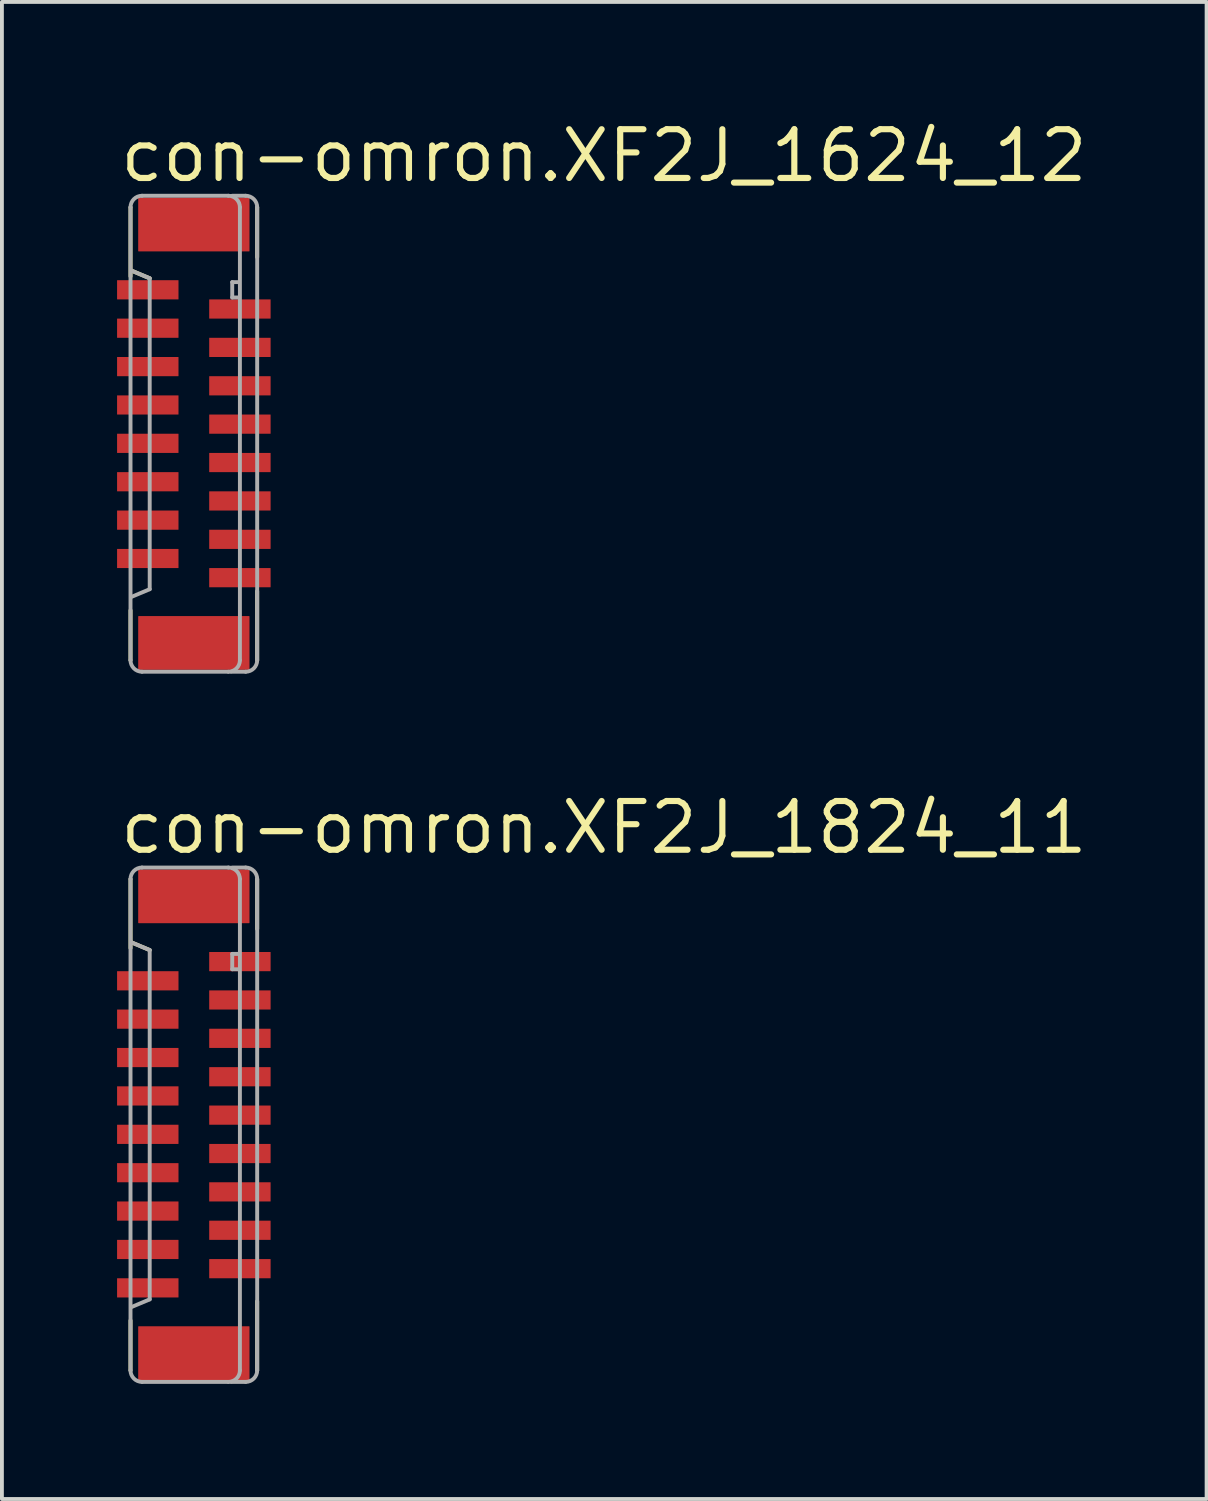
<source format=kicad_pcb>
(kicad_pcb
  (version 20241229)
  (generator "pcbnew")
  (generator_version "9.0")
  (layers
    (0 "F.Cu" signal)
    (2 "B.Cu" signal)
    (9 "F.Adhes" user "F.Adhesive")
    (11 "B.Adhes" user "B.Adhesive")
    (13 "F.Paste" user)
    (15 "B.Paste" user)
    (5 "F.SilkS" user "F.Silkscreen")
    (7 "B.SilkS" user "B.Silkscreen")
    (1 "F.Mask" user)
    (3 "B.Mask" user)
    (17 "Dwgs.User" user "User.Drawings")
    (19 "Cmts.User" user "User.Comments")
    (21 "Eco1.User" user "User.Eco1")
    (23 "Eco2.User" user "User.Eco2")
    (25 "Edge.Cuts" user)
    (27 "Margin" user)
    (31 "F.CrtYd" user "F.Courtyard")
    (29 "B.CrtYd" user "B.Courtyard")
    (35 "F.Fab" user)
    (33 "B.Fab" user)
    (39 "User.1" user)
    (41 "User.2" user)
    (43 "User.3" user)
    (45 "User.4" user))
  (footprint "con-omron.XF2J_1624_12"
    (layer "F.Cu")
    (at 2 8.25)
    (property "Reference" "con-omron.XF2J_1624_12" (at -2 -6.5 0) (layer "F.SilkS") (effects (font (size 1.27 1.27) (thickness 0.16)) (justify left bottom)))
    (attr smd)
    (fp_line (start -1.65 -5.9) (end -1.65 -4.1) (stroke (width 0.102) (type default)) (layer "F.SilkS"))
    (fp_line (start -1.65 4.6) (end -1.65 5.9) (stroke (width 0.102) (type default)) (layer "F.SilkS"))
    (fp_line (start -1.625 -4.25) (end -1.15 -4.05) (stroke (width 0.102) (type default)) (layer "F.SilkS"))
    (fp_line (start 1.65 -4.6) (end 1.65 -5.9) (stroke (width 0.102) (type default)) (layer "F.SilkS"))
    (fp_line (start 1.65 5.9) (end 1.65 4.1) (stroke (width 0.102) (type default)) (layer "F.SilkS"))
    (fp_line (start -1.65 -5.9) (end -1.65 5.9) (stroke (width 0.102) (type default)) (layer "F.Fab"))
    (fp_line (start -1.625 -4.25) (end -1.15 -4.05) (stroke (width 0.102) (type default)) (layer "F.Fab"))
    (fp_line (start -1.35 6.2) (end 0.9 6.2) (stroke (width 0.102) (type default)) (layer "F.Fab"))
    (fp_line (start -1.15 -4.05) (end -1.15 4.05) (stroke (width 0.102) (type default)) (layer "F.Fab"))
    (fp_line (start -1.15 4.05) (end -1.625 4.25) (stroke (width 0.102) (type default)) (layer "F.Fab"))
    (fp_line (start 0.9 -6.2) (end -1.35 -6.2) (stroke (width 0.102) (type default)) (layer "F.Fab"))
    (fp_line (start 0.975 6.2) (end 1.35 6.2) (stroke (width 0.102) (type default)) (layer "F.Fab"))
    (fp_line (start 1 -6.2) (end 1.35 -6.2) (stroke (width 0.102) (type default)) (layer "F.Fab"))
    (fp_line (start 1 -3.95) (end 1 -3.55) (stroke (width 0.102) (type default)) (layer "F.Fab"))
    (fp_line (start 1 -3.55) (end 1.15 -3.55) (stroke (width 0.102) (type default)) (layer "F.Fab"))
    (fp_line (start 1.15 -3.95) (end 1 -3.95) (stroke (width 0.102) (type default)) (layer "F.Fab"))
    (fp_line (start 1.2 5.9) (end 1.2 -5.9) (stroke (width 0.102) (type default)) (layer "F.Fab"))
    (fp_line (start 1.65 5.9) (end 1.65 -5.9) (stroke (width 0.102) (type default)) (layer "F.Fab"))
    (fp_arc (start -1.65 -5.9) (mid -1.562132 -6.112132) (end -1.35 -6.2) (stroke (width 0.1016) (type default)) (layer "F.Fab"))
    (fp_arc (start -1.35 6.2) (mid -1.562132 6.112132) (end -1.65 5.9) (stroke (width 0.1016) (type default)) (layer "F.Fab"))
    (fp_arc (start 0.9 -6.2) (mid 1.112132 -6.112132) (end 1.2 -5.9) (stroke (width 0.1016) (type default)) (layer "F.Fab"))
    (fp_arc (start 1.2 5.9) (mid 1.112132 6.112132) (end 0.9 6.2) (stroke (width 0.1016) (type default)) (layer "F.Fab"))
    (fp_arc (start 1.35 -6.2) (mid 1.562132 -6.112132) (end 1.65 -5.9) (stroke (width 0.1016) (type default)) (layer "F.Fab"))
    (fp_arc (start 1.65 5.9) (mid 1.562132 6.112132) (end 1.35 6.2) (stroke (width 0.1016) (type default)) (layer "F.Fab"))
    (pad "1" smd roundrect (at -1.2 -3.75 270) (size 0.5 1.6) (layers "F.Cu" "F.Mask" "F.Paste") (roundrect_rratio 0.01))
    (pad "2" smd roundrect (at 1.2 -3.25 90) (size 0.5 1.6) (layers "F.Cu" "F.Mask" "F.Paste") (roundrect_rratio 0.01))
    (pad "3" smd roundrect (at -1.2 -2.75 270) (size 0.5 1.6) (layers "F.Cu" "F.Mask" "F.Paste") (roundrect_rratio 0.01))
    (pad "4" smd roundrect (at 1.2 -2.25 90) (size 0.5 1.6) (layers "F.Cu" "F.Mask" "F.Paste") (roundrect_rratio 0.01))
    (pad "5" smd roundrect (at -1.2 -1.75 270) (size 0.5 1.6) (layers "F.Cu" "F.Mask" "F.Paste") (roundrect_rratio 0.01))
    (pad "6" smd roundrect (at 1.2 -1.25 90) (size 0.5 1.6) (layers "F.Cu" "F.Mask" "F.Paste") (roundrect_rratio 0.01))
    (pad "7" smd roundrect (at -1.2 -0.75 270) (size 0.5 1.6) (layers "F.Cu" "F.Mask" "F.Paste") (roundrect_rratio 0.01))
    (pad "8" smd roundrect (at 1.2 -0.25 90) (size 0.5 1.6) (layers "F.Cu" "F.Mask" "F.Paste") (roundrect_rratio 0.01))
    (pad "9" smd roundrect (at -1.2 0.25 270) (size 0.5 1.6) (layers "F.Cu" "F.Mask" "F.Paste") (roundrect_rratio 0.01))
    (pad "10" smd roundrect (at 1.2 0.75 90) (size 0.5 1.6) (layers "F.Cu" "F.Mask" "F.Paste") (roundrect_rratio 0.01))
    (pad "11" smd roundrect (at -1.2 1.25 270) (size 0.5 1.6) (layers "F.Cu" "F.Mask" "F.Paste") (roundrect_rratio 0.01))
    (pad "12" smd roundrect (at 1.2 1.75 90) (size 0.5 1.6) (layers "F.Cu" "F.Mask" "F.Paste") (roundrect_rratio 0.01))
    (pad "13" smd roundrect (at -1.2 2.25 270) (size 0.5 1.6) (layers "F.Cu" "F.Mask" "F.Paste") (roundrect_rratio 0.01))
    (pad "14" smd roundrect (at 1.2 2.75 90) (size 0.5 1.6) (layers "F.Cu" "F.Mask" "F.Paste") (roundrect_rratio 0.01))
    (pad "15" smd roundrect (at -1.2 3.25 270) (size 0.5 1.6) (layers "F.Cu" "F.Mask" "F.Paste") (roundrect_rratio 0.01))
    (pad "16" smd roundrect (at 1.2 3.75 90) (size 0.5 1.6) (layers "F.Cu" "F.Mask" "F.Paste") (roundrect_rratio 0.01))
    (pad "M1" smd roundrect (at 0 -5.45 270) (size 1.4 2.9) (layers "F.Cu" "F.Mask" "F.Paste") (roundrect_rratio 0.01))
    (pad "M2" smd roundrect (at 0 5.45 270) (size 1.4 2.9) (layers "F.Cu" "F.Mask" "F.Paste") (roundrect_rratio 0.01)))
  (footprint "con-omron.XF2J_1824_11"
    (layer "F.Cu")
    (at 2 26.251)
    (property "Reference" "con-omron.XF2J_1824_11" (at -2 -7 0) (layer "F.SilkS") (effects (font (size 1.27 1.27) (thickness 0.16)) (justify left bottom)))
    (attr smd)
    (fp_line (start -1.65 -6.4) (end -1.65 -4.6) (stroke (width 0.102) (type default)) (layer "F.SilkS"))
    (fp_line (start -1.65 5.1) (end -1.65 6.4) (stroke (width 0.102) (type default)) (layer "F.SilkS"))
    (fp_line (start -1.625 -4.75) (end -1.15 -4.55) (stroke (width 0.102) (type default)) (layer "F.SilkS"))
    (fp_line (start 1.65 -5.1) (end 1.65 -6.4) (stroke (width 0.102) (type default)) (layer "F.SilkS"))
    (fp_line (start 1.65 6.4) (end 1.65 4.6) (stroke (width 0.102) (type default)) (layer "F.SilkS"))
    (fp_line (start -1.65 -6.4) (end -1.65 6.4) (stroke (width 0.102) (type default)) (layer "F.Fab"))
    (fp_line (start -1.625 -4.75) (end -1.15 -4.55) (stroke (width 0.102) (type default)) (layer "F.Fab"))
    (fp_line (start -1.35 6.7) (end 0.9 6.7) (stroke (width 0.102) (type default)) (layer "F.Fab"))
    (fp_line (start -1.15 -4.55) (end -1.15 4.55) (stroke (width 0.102) (type default)) (layer "F.Fab"))
    (fp_line (start -1.15 4.55) (end -1.625 4.75) (stroke (width 0.102) (type default)) (layer "F.Fab"))
    (fp_line (start 0.9 -6.7) (end -1.35 -6.7) (stroke (width 0.102) (type default)) (layer "F.Fab"))
    (fp_line (start 0.975 6.7) (end 1.35 6.7) (stroke (width 0.102) (type default)) (layer "F.Fab"))
    (fp_line (start 1 -6.7) (end 1.35 -6.7) (stroke (width 0.102) (type default)) (layer "F.Fab"))
    (fp_line (start 1 -4.45) (end 1 -4.05) (stroke (width 0.102) (type default)) (layer "F.Fab"))
    (fp_line (start 1 -4.05) (end 1.15 -4.05) (stroke (width 0.102) (type default)) (layer "F.Fab"))
    (fp_line (start 1.15 -4.45) (end 1 -4.45) (stroke (width 0.102) (type default)) (layer "F.Fab"))
    (fp_line (start 1.2 6.4) (end 1.2 -6.4) (stroke (width 0.102) (type default)) (layer "F.Fab"))
    (fp_line (start 1.65 6.4) (end 1.65 -6.4) (stroke (width 0.102) (type default)) (layer "F.Fab"))
    (fp_arc (start -1.65 -6.4) (mid -1.562132 -6.612132) (end -1.35 -6.7) (stroke (width 0.1016) (type default)) (layer "F.Fab"))
    (fp_arc (start -1.35 6.7) (mid -1.562132 6.612132) (end -1.65 6.4) (stroke (width 0.1016) (type default)) (layer "F.Fab"))
    (fp_arc (start 0.9 -6.7) (mid 1.112132 -6.612132) (end 1.2 -6.4) (stroke (width 0.1016) (type default)) (layer "F.Fab"))
    (fp_arc (start 1.2 6.4) (mid 1.112132 6.612132) (end 0.9 6.7) (stroke (width 0.1016) (type default)) (layer "F.Fab"))
    (fp_arc (start 1.35 -6.7) (mid 1.562132 -6.612132) (end 1.65 -6.4) (stroke (width 0.1016) (type default)) (layer "F.Fab"))
    (fp_arc (start 1.65 6.4) (mid 1.562132 6.612132) (end 1.35 6.7) (stroke (width 0.1016) (type default)) (layer "F.Fab"))
    (pad "1" smd roundrect (at 1.2 -4.25 270) (size 0.5 1.6) (layers "F.Cu" "F.Mask" "F.Paste") (roundrect_rratio 0.01))
    (pad "2" smd roundrect (at -1.2 -3.75 90) (size 0.5 1.6) (layers "F.Cu" "F.Mask" "F.Paste") (roundrect_rratio 0.01))
    (pad "3" smd roundrect (at 1.2 -3.25 270) (size 0.5 1.6) (layers "F.Cu" "F.Mask" "F.Paste") (roundrect_rratio 0.01))
    (pad "4" smd roundrect (at -1.2 -2.75 90) (size 0.5 1.6) (layers "F.Cu" "F.Mask" "F.Paste") (roundrect_rratio 0.01))
    (pad "5" smd roundrect (at 1.2 -2.25 270) (size 0.5 1.6) (layers "F.Cu" "F.Mask" "F.Paste") (roundrect_rratio 0.01))
    (pad "6" smd roundrect (at -1.2 -1.75 90) (size 0.5 1.6) (layers "F.Cu" "F.Mask" "F.Paste") (roundrect_rratio 0.01))
    (pad "7" smd roundrect (at 1.2 -1.25 270) (size 0.5 1.6) (layers "F.Cu" "F.Mask" "F.Paste") (roundrect_rratio 0.01))
    (pad "8" smd roundrect (at -1.2 -0.75 90) (size 0.5 1.6) (layers "F.Cu" "F.Mask" "F.Paste") (roundrect_rratio 0.01))
    (pad "9" smd roundrect (at 1.2 -0.25 270) (size 0.5 1.6) (layers "F.Cu" "F.Mask" "F.Paste") (roundrect_rratio 0.01))
    (pad "10" smd roundrect (at -1.2 0.25 90) (size 0.5 1.6) (layers "F.Cu" "F.Mask" "F.Paste") (roundrect_rratio 0.01))
    (pad "11" smd roundrect (at 1.2 0.75 270) (size 0.5 1.6) (layers "F.Cu" "F.Mask" "F.Paste") (roundrect_rratio 0.01))
    (pad "12" smd roundrect (at -1.2 1.25 90) (size 0.5 1.6) (layers "F.Cu" "F.Mask" "F.Paste") (roundrect_rratio 0.01))
    (pad "13" smd roundrect (at 1.2 1.75 270) (size 0.5 1.6) (layers "F.Cu" "F.Mask" "F.Paste") (roundrect_rratio 0.01))
    (pad "14" smd roundrect (at -1.2 2.25 90) (size 0.5 1.6) (layers "F.Cu" "F.Mask" "F.Paste") (roundrect_rratio 0.01))
    (pad "15" smd roundrect (at 1.2 2.75 270) (size 0.5 1.6) (layers "F.Cu" "F.Mask" "F.Paste") (roundrect_rratio 0.01))
    (pad "16" smd roundrect (at -1.2 3.25 90) (size 0.5 1.6) (layers "F.Cu" "F.Mask" "F.Paste") (roundrect_rratio 0.01))
    (pad "17" smd roundrect (at 1.2 3.75 270) (size 0.5 1.6) (layers "F.Cu" "F.Mask" "F.Paste") (roundrect_rratio 0.01))
    (pad "18" smd roundrect (at -1.2 4.25 90) (size 0.5 1.6) (layers "F.Cu" "F.Mask" "F.Paste") (roundrect_rratio 0.01))
    (pad "M1" smd roundrect (at 0 -5.95 270) (size 1.4 2.9) (layers "F.Cu" "F.Mask" "F.Paste") (roundrect_rratio 0.01))
    (pad "M2" smd roundrect (at 0 5.95 270) (size 1.4 2.9) (layers "F.Cu" "F.Mask" "F.Paste") (roundrect_rratio 0.01)))
  (gr_rect
    (start -3 -3)
    (end 28.384 36.002)
    (stroke (width 0.1) (type default))
    (fill no)
    (layer "Edge.Cuts")))
</source>
